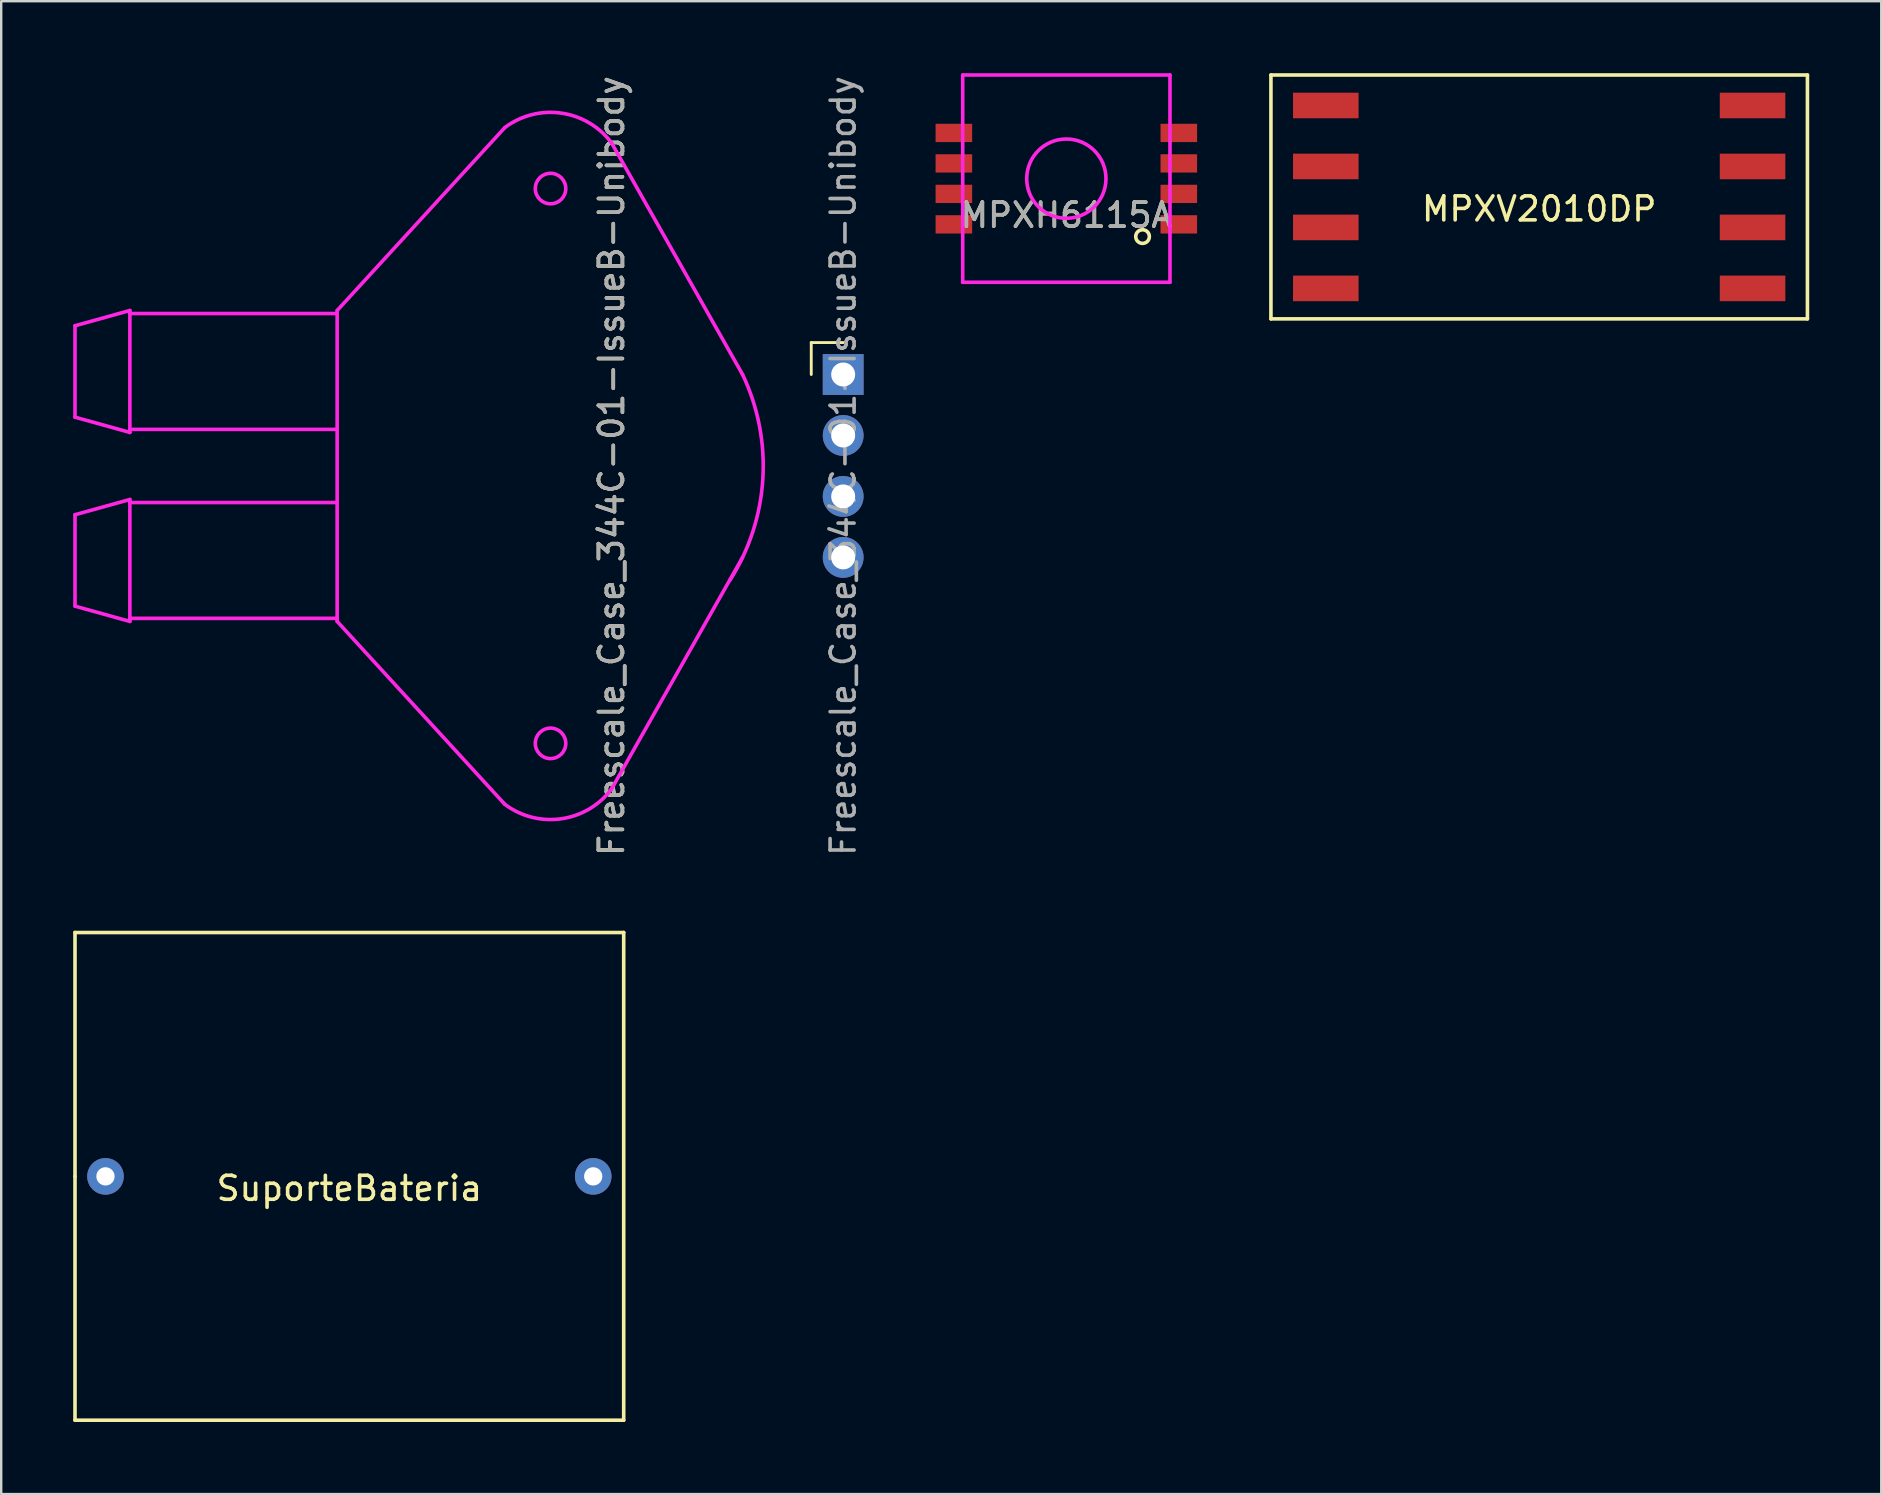
<source format=kicad_pcb>
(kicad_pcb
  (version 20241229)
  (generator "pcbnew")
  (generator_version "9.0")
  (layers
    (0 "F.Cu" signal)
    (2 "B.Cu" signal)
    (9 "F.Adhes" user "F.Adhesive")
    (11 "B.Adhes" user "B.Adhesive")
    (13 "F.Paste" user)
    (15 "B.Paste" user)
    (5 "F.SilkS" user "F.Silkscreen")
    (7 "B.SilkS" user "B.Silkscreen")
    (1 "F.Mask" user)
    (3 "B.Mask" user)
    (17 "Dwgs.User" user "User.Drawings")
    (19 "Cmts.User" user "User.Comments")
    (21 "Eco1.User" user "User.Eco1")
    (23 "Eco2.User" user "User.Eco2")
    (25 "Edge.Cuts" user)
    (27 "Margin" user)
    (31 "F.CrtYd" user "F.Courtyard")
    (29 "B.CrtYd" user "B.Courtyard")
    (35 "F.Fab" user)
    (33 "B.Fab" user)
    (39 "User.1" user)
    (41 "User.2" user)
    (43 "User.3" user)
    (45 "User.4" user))
  (footprint "Freescale_Case_344C-01-IssueB-Unibody"
    (layer "F.Cu")
    (at 19.887 16.363)
    (property "Reference" "Freescale_Case_344C-01-IssueB-Unibody" (at 2.54 0 270) (layer "F.SilkS") (effects (font (size 1 1) (thickness 0.15))))
    (attr through_hole)
    (fp_line (start 10.862 -5.14) (end 12.192 -5.14) (stroke (width 0.12) (type solid)) (layer "F.SilkS"))
    (fp_line (start 10.862 -3.81) (end 10.862 -5.14) (stroke (width 0.12) (type solid)) (layer "F.SilkS"))
    (fp_line (start -19.812 -5.842) (end -17.526 -6.477) (stroke (width 0.15) (type solid)) (layer "F.CrtYd"))
    (fp_line (start -19.812 -2.032) (end -19.812 -5.842) (stroke (width 0.15) (type solid)) (layer "F.CrtYd"))
    (fp_line (start -19.812 2.032) (end -17.526 1.397) (stroke (width 0.15) (type solid)) (layer "F.CrtYd"))
    (fp_line (start -19.812 5.842) (end -19.812 2.032) (stroke (width 0.15) (type solid)) (layer "F.CrtYd"))
    (fp_line (start -17.526 -6.477) (end -17.526 -1.397) (stroke (width 0.15) (type solid)) (layer "F.CrtYd"))
    (fp_line (start -17.526 -6.35) (end -8.89 -6.35) (stroke (width 0.15) (type solid)) (layer "F.CrtYd"))
    (fp_line (start -17.526 -1.524) (end -8.89 -1.524) (stroke (width 0.15) (type solid)) (layer "F.CrtYd"))
    (fp_line (start -17.526 -1.397) (end -19.812 -2.032) (stroke (width 0.15) (type solid)) (layer "F.CrtYd"))
    (fp_line (start -17.526 1.397) (end -17.526 6.477) (stroke (width 0.15) (type solid)) (layer "F.CrtYd"))
    (fp_line (start -17.526 1.524) (end -8.89 1.524) (stroke (width 0.15) (type solid)) (layer "F.CrtYd"))
    (fp_line (start -17.526 6.35) (end -8.89 6.35) (stroke (width 0.15) (type solid)) (layer "F.CrtYd"))
    (fp_line (start -17.526 6.477) (end -19.812 5.842) (stroke (width 0.15) (type solid)) (layer "F.CrtYd"))
    (fp_line (start -8.89 -6.477) (end -8.89 6.477) (stroke (width 0.15) (type solid)) (layer "F.CrtYd"))
    (fp_line (start -8.89 -6.477) (end -1.905 -14.097) (stroke (width 0.15) (type solid)) (layer "F.CrtYd"))
    (fp_line (start -8.89 6.477) (end -1.905 14.097) (stroke (width 0.15) (type solid)) (layer "F.CrtYd"))
    (fp_line (start 8.001 -3.81) (end 2.54 -13.462) (stroke (width 0.15) (type solid)) (layer "F.CrtYd"))
    (fp_line (start 8.001 3.81) (end 2.54 13.462) (stroke (width 0.15) (type solid)) (layer "F.CrtYd"))
    (fp_arc (start -1.905 -14.097) (mid 0.449013 -14.70009) (end 2.54 -13.462) (stroke (width 0.15) (type solid)) (layer "F.CrtYd"))
    (fp_arc (start 2.54 13.462) (mid 0.449013 14.70009) (end -1.905 14.097) (stroke (width 0.15) (type solid)) (layer "F.CrtYd"))
    (fp_arc (start 8.001 -3.81) (mid 8.844957 0.546661) (end 7.470947 4.76624) (stroke (width 0.15) (type solid)) (layer "F.CrtYd"))
    (fp_circle (center 0 -11.557) (end 0 -12.192) (stroke (width 0.15) (type solid)) (fill no) (layer "F.CrtYd"))
    (fp_circle (center 0 11.557) (end 0 12.192) (stroke (width 0.15) (type solid)) (fill no) (layer "F.CrtYd"))
    (fp_text user "${REFERENCE}" (at 12.192 0 90) (layer "F.Fab") (effects (font (size 1 1) (thickness 0.15))))
    (fp_text user "${REFERENCE}" (at 2.54 0 90) (layer "F.Fab") (effects (font (size 1 1) (thickness 0.15))))
    (pad "1" thru_hole rect (at 12.192 -3.81) (size 1.7 1.7) (drill 1) (layers "*.Cu" "*.Mask"))
    (pad "2" thru_hole oval (at 12.192 -1.27) (size 1.7 1.7) (drill 1) (layers "*.Cu" "*.Mask"))
    (pad "3" thru_hole oval (at 12.192 1.27) (size 1.7 1.7) (drill 1) (layers "*.Cu" "*.Mask"))
    (pad "4" thru_hole oval (at 12.192 3.81) (size 1.7 1.7) (drill 1) (layers "*.Cu" "*.Mask")))
  (footprint "SuporteBateria"
    (layer "F.Cu")
    (at 11.505 45.961)
    (property "Reference" "SuporteBateria" (at 0 0.5 0) (layer "F.SilkS") (effects (font (size 1 1) (thickness 0.15))))
    (attr through_hole)
    (fp_line (start -11.43 -10.16) (end -11.43 0) (stroke (width 0.15) (type solid)) (layer "F.SilkS"))
    (fp_line (start -11.43 0) (end -11.43 10.16) (stroke (width 0.15) (type solid)) (layer "F.SilkS"))
    (fp_line (start -11.43 10.16) (end 11.43 10.16) (stroke (width 0.15) (type solid)) (layer "F.SilkS"))
    (fp_line (start 11.43 -10.16) (end -11.43 -10.16) (stroke (width 0.15) (type solid)) (layer "F.SilkS"))
    (fp_line (start 11.43 10.16) (end 11.43 -10.16) (stroke (width 0.15) (type solid)) (layer "F.SilkS"))
    (pad "1" thru_hole circle (at 10.16 0) (size 1.524 1.524) (drill 0.762) (layers "*.Cu" "*.Mask"))
    (pad "2" thru_hole circle (at -10.16 0) (size 1.524 1.524) (drill 0.762) (layers "*.Cu" "*.Mask")))
  (footprint "MPXH6115A"
    (layer "F.Cu")
    (at 41.377 4.393)
    (property "Reference" "MPXH6115A" (at 0 1.524 0) (layer "F.SilkS") (effects (font (size 1 1) (thickness 0.15))))
    (attr through_hole)
    (fp_circle (center 3.175 2.413) (end 3.302 2.667) (stroke (width 0.15) (type solid)) (fill no) (layer "F.SilkS"))
    (fp_line (start -4.318 -4.318) (end 4.318 -4.318) (stroke (width 0.15) (type solid)) (layer "F.CrtYd"))
    (fp_line (start -4.318 4.318) (end -4.318 -4.318) (stroke (width 0.15) (type solid)) (layer "F.CrtYd"))
    (fp_line (start 4.318 -4.318) (end 4.318 4.318) (stroke (width 0.15) (type solid)) (layer "F.CrtYd"))
    (fp_line (start 4.318 4.318) (end -4.318 4.318) (stroke (width 0.15) (type solid)) (layer "F.CrtYd"))
    (fp_circle (center 0 0) (end -1.651 0) (stroke (width 0.15) (type solid)) (fill no) (layer "F.CrtYd"))
    (fp_text user "${REFERENCE}" (at 0 1.524 0) (layer "F.Fab") (effects (font (size 1 1) (thickness 0.15))))
    (pad "1" smd rect (at 4.686 1.905) (size 1.524 0.762) (layers "F.Cu" "F.Mask" "F.Paste"))
    (pad "2" smd rect (at 4.686 0.635) (size 1.524 0.762) (layers "F.Cu" "F.Mask" "F.Paste"))
    (pad "3" smd rect (at 4.686 -0.635) (size 1.524 0.762) (layers "F.Cu" "F.Mask" "F.Paste"))
    (pad "4" smd rect (at 4.686 -1.905) (size 1.524 0.762) (layers "F.Cu" "F.Mask" "F.Paste"))
    (pad "5" smd rect (at -4.686 -1.905) (size 1.524 0.762) (layers "F.Cu" "F.Mask" "F.Paste"))
    (pad "6" smd rect (at -4.686 -0.635) (size 1.524 0.762) (layers "F.Cu" "F.Mask" "F.Paste"))
    (pad "7" smd rect (at -4.686 0.635) (size 1.524 0.762) (layers "F.Cu" "F.Mask" "F.Paste"))
    (pad "8" smd rect (at -4.686 1.905) (size 1.524 0.762) (layers "F.Cu" "F.Mask" "F.Paste")))
  (footprint "MPXV2010DP"
    (layer "F.Cu")
    (at 61.077 5.155)
    (property "Reference" "MPXV2010DP" (at 0 0.5 0) (layer "F.SilkS") (effects (font (size 1 1) (thickness 0.15))))
    (attr through_hole)
    (fp_line (start -11.176 -5.08) (end -11.176 5.08) (stroke (width 0.15) (type solid)) (layer "F.SilkS"))
    (fp_line (start -11.176 5.08) (end 11.176 5.08) (stroke (width 0.15) (type solid)) (layer "F.SilkS"))
    (fp_line (start 11.176 -5.08) (end -11.176 -5.08) (stroke (width 0.15) (type solid)) (layer "F.SilkS"))
    (fp_line (start 11.176 5.08) (end 11.176 -5.08) (stroke (width 0.15) (type solid)) (layer "F.SilkS"))
    (pad "1" smd rect (at 8.89 3.81) (size 2.731 1.067) (layers "F.Cu" "F.Mask" "F.Paste"))
    (pad "2" smd rect (at 8.89 1.27) (size 2.731 1.067) (layers "F.Cu" "F.Mask" "F.Paste"))
    (pad "3" smd rect (at 8.89 -1.27) (size 2.731 1.067) (layers "F.Cu" "F.Mask" "F.Paste"))
    (pad "4" smd rect (at 8.89 -3.81) (size 2.731 1.067) (layers "F.Cu" "F.Mask" "F.Paste"))
    (pad "5" smd rect (at -8.89 -3.81) (size 2.731 1.067) (layers "F.Cu" "F.Mask" "F.Paste"))
    (pad "6" smd rect (at -8.89 -1.27) (size 2.731 1.067) (layers "F.Cu" "F.Mask" "F.Paste"))
    (pad "7" smd rect (at -8.89 1.27) (size 2.731 1.067) (layers "F.Cu" "F.Mask" "F.Paste"))
    (pad "8" smd rect (at -8.89 3.81) (size 2.731 1.067) (layers "F.Cu" "F.Mask" "F.Paste")))
  (gr_rect
    (start -3 -3)
    (end 75.328 59.196)
    (stroke (width 0.1) (type default))
    (fill no)
    (layer "Edge.Cuts")))
</source>
